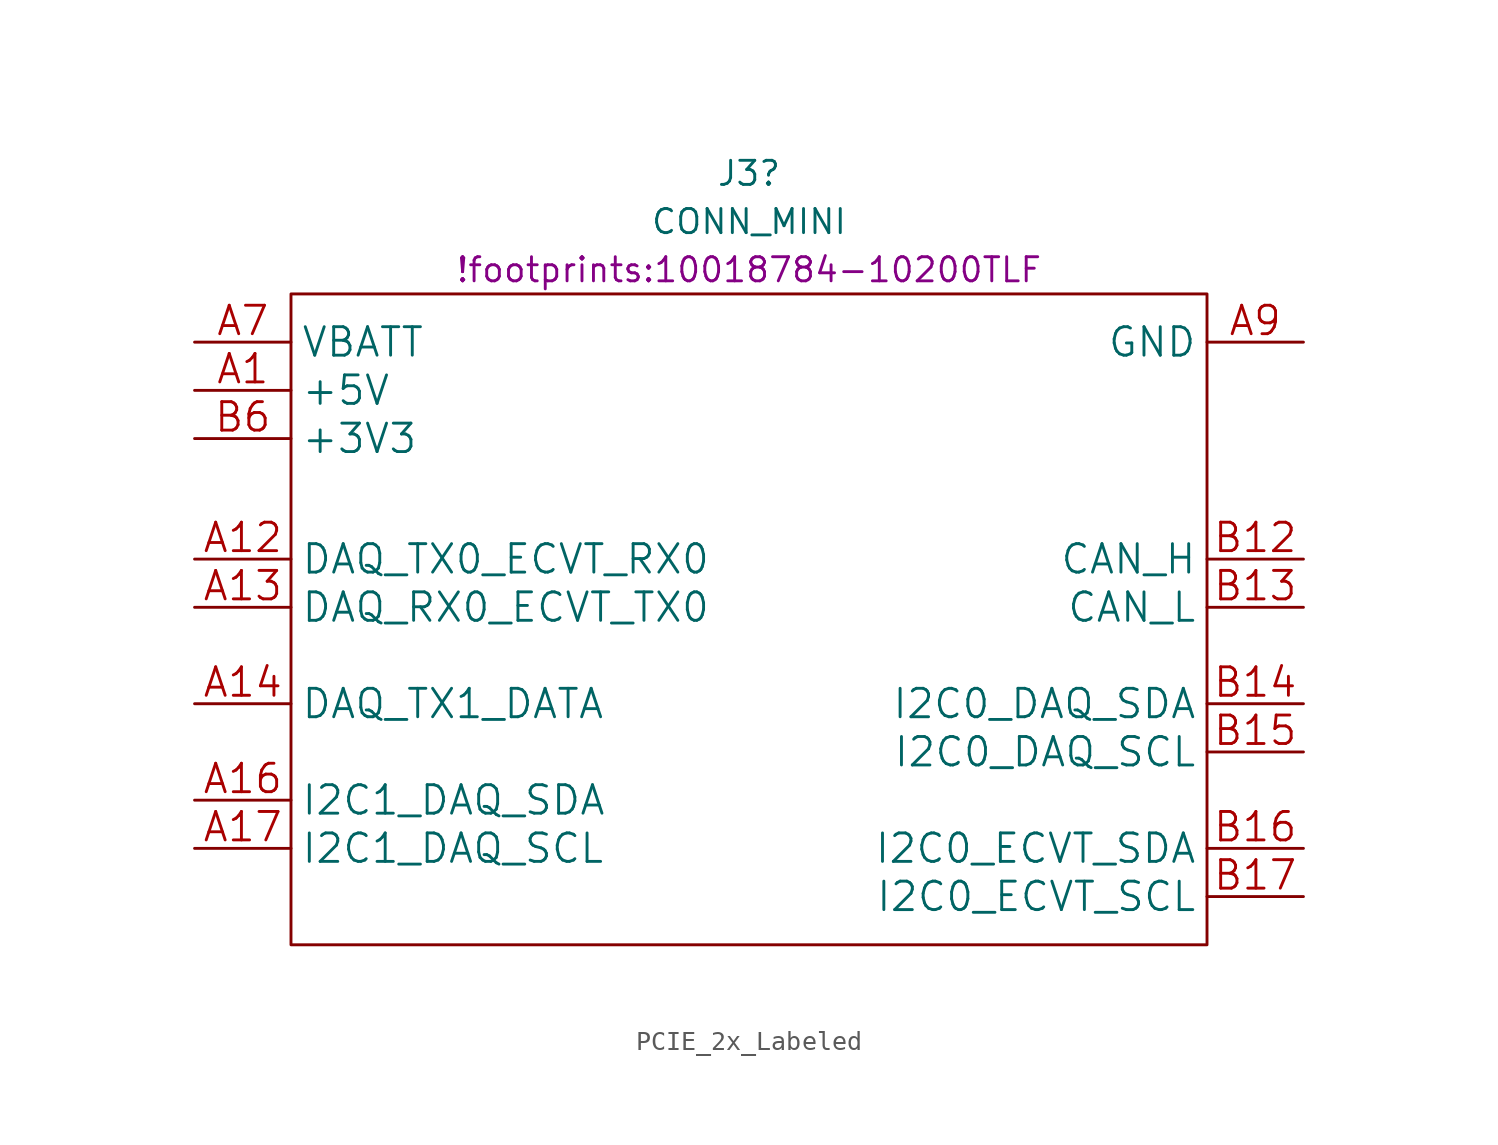
<source format=kicad_sym>
(kicad_symbol_lib
  (version 20220914)
  (generator kicad_symbol_editor)
  (symbol "PCIE_2x_Labeled"
    (property "Reference" "J3"
      (at 0 6.35 0)
      (effects (font (size 1.27 1.27))))
    (property "Value" "CONN_MINI"
      (at 0 3.81 0)
      (effects (font (size 1.27 1.27))))
    (property "Footprint" "!footprints:10018784-10200TLF"
      (at 0 1.27 0)
      (effects (font (size 1.27 1.27))))
    (symbol "PCIE_2x_Labeled_0_1"
      (rectangle (start -24.13 0) (end 24.13 -34.29) (stroke (width 0) (type default)) (fill (type none))))
    (symbol "PCIE_2x_Labeled_1_1"
      (pin power_out line (at -29.21 -5.08 0) (length 5.08) (name "+5V" (effects (font (size 1.499 1.499)))) (number "A1" (effects (font (size 1.499 1.499)))))
      (pin power_out line (at 29.21 -2.54 180) (length 5.08) hide (name "GND" (effects (font (size 1.499 1.499)))) (number "A10" (effects (font (size 1.499 1.499)))))
      (pin power_out line (at 29.21 -2.54 180) (length 5.08) hide (name "GND" (effects (font (size 1.499 1.499)))) (number "A11" (effects (font (size 1.499 1.499)))))
      (pin bidirectional line (at -29.21 -13.97 0) (length 5.08) (name "DAQ_TX0_ECVT_RX0" (effects (font (size 1.499 1.499)))) (number "A12" (effects (font (size 1.499 1.499)))))
      (pin bidirectional line (at -29.21 -16.51 0) (length 5.08) (name "DAQ_RX0_ECVT_TX0" (effects (font (size 1.499 1.499)))) (number "A13" (effects (font (size 1.499 1.499)))))
      (pin bidirectional line (at -29.21 -21.59 0) (length 5.08) (name "DAQ_TX1_DATA" (effects (font (size 1.499 1.499)))) (number "A14" (effects (font (size 1.499 1.499)))))
      (pin power_out line (at 29.21 -2.54 180) (length 5.08) hide (name "GND" (effects (font (size 1.499 1.499)))) (number "A15" (effects (font (size 1.499 1.499)))))
      (pin bidirectional line (at -29.21 -26.67 0) (length 5.08) (name "I2C1_DAQ_SDA" (effects (font (size 1.499 1.499)))) (number "A16" (effects (font (size 1.499 1.499)))))
      (pin bidirectional line (at -29.21 -29.21 0) (length 5.08) (name "I2C1_DAQ_SCL" (effects (font (size 1.499 1.499)))) (number "A17" (effects (font (size 1.499 1.499)))))
      (pin power_out line (at 29.21 -2.54 180) (length 5.08) hide (name "GND" (effects (font (size 1.499 1.499)))) (number "A18" (effects (font (size 1.499 1.499)))))
      (pin power_out line (at -29.21 -5.08 0) (length 5.08) hide (name "+5V" (effects (font (size 1.499 1.499)))) (number "A2" (effects (font (size 1.499 1.499)))))
      (pin power_out line (at -29.21 -5.08 0) (length 5.08) hide (name "+5V" (effects (font (size 1.499 1.499)))) (number "A3" (effects (font (size 1.499 1.499)))))
      (pin power_out line (at -29.21 -7.62 0) (length 5.08) hide (name "+3V3" (effects (font (size 1.499 1.499)))) (number "A4" (effects (font (size 1.499 1.499)))))
      (pin power_out line (at -29.21 -7.62 0) (length 5.08) hide (name "+3V3" (effects (font (size 1.499 1.499)))) (number "A5" (effects (font (size 1.499 1.499)))))
      (pin power_out line (at -29.21 -7.62 0) (length 5.08) hide (name "+3V3" (effects (font (size 1.499 1.499)))) (number "A6" (effects (font (size 1.499 1.499)))))
      (pin power_out line (at -29.21 -2.54 0) (length 5.08) (name "VBATT" (effects (font (size 1.499 1.499)))) (number "A7" (effects (font (size 1.499 1.499)))))
      (pin power_out line (at -29.21 -2.54 0) (length 5.08) hide (name "VBATT" (effects (font (size 1.499 1.499)))) (number "A8" (effects (font (size 1.499 1.499)))))
      (pin power_out line (at 29.21 -2.54 180) (length 5.08) (name "GND" (effects (font (size 1.499 1.499)))) (number "A9" (effects (font (size 1.499 1.499)))))
      (pin power_out line (at -29.21 -5.08 0) (length 5.08) hide (name "+5V" (effects (font (size 1.499 1.499)))) (number "B1" (effects (font (size 1.499 1.499)))))
      (pin power_out line (at 29.21 -2.54 180) (length 5.08) hide (name "GND" (effects (font (size 1.499 1.499)))) (number "B10" (effects (font (size 1.499 1.499)))))
      (pin power_out line (at 29.21 -2.54 180) (length 5.08) hide (name "GND" (effects (font (size 1.499 1.499)))) (number "B11" (effects (font (size 1.499 1.499)))))
      (pin bidirectional line (at 29.21 -13.97 180) (length 5.08) (name "CAN_H" (effects (font (size 1.499 1.499)))) (number "B12" (effects (font (size 1.499 1.499)))))
      (pin bidirectional line (at 29.21 -16.51 180) (length 5.08) (name "CAN_L" (effects (font (size 1.499 1.499)))) (number "B13" (effects (font (size 1.499 1.499)))))
      (pin bidirectional line (at 29.21 -21.59 180) (length 5.08) (name "I2C0_DAQ_SDA" (effects (font (size 1.499 1.499)))) (number "B14" (effects (font (size 1.499 1.499)))))
      (pin bidirectional line (at 29.21 -24.13 180) (length 5.08) (name "I2C0_DAQ_SCL" (effects (font (size 1.499 1.499)))) (number "B15" (effects (font (size 1.499 1.499)))))
      (pin bidirectional line (at 29.21 -29.21 180) (length 5.08) (name "I2C0_ECVT_SDA" (effects (font (size 1.499 1.499)))) (number "B16" (effects (font (size 1.499 1.499)))))
      (pin bidirectional line (at 29.21 -31.75 180) (length 5.08) (name "I2C0_ECVT_SCL" (effects (font (size 1.499 1.499)))) (number "B17" (effects (font (size 1.499 1.499)))))
      (pin power_out line (at 29.21 -2.54 180) (length 5.08) hide (name "GND" (effects (font (size 1.499 1.499)))) (number "B18" (effects (font (size 1.499 1.499)))))
      (pin power_out line (at -29.21 -5.08 0) (length 5.08) hide (name "+5V" (effects (font (size 1.499 1.499)))) (number "B2" (effects (font (size 1.499 1.499)))))
      (pin power_out line (at -29.21 -5.08 0) (length 5.08) hide (name "+5V" (effects (font (size 1.499 1.499)))) (number "B3" (effects (font (size 1.499 1.499)))))
      (pin power_out line (at -29.21 -7.62 0) (length 5.08) hide (name "+3V3" (effects (font (size 1.499 1.499)))) (number "B4" (effects (font (size 1.499 1.499)))))
      (pin power_out line (at -29.21 -7.62 0) (length 5.08) hide (name "+3V3" (effects (font (size 1.499 1.499)))) (number "B5" (effects (font (size 1.499 1.499)))))
      (pin power_out line (at -29.21 -7.62 0) (length 5.08) (name "+3V3" (effects (font (size 1.499 1.499)))) (number "B6" (effects (font (size 1.499 1.499)))))
      (pin power_out line (at -29.21 -2.54 0) (length 5.08) hide (name "VBATT" (effects (font (size 1.499 1.499)))) (number "B7" (effects (font (size 1.499 1.499)))))
      (pin power_out line (at -29.21 -2.54 0) (length 5.08) hide (name "VBATT" (effects (font (size 1.499 1.499)))) (number "B8" (effects (font (size 1.499 1.499)))))
      (pin power_out line (at 29.21 -2.54 180) (length 5.08) hide (name "GND" (effects (font (size 1.499 1.499)))) (number "B9" (effects (font (size 1.499 1.499))))))))
</source>
